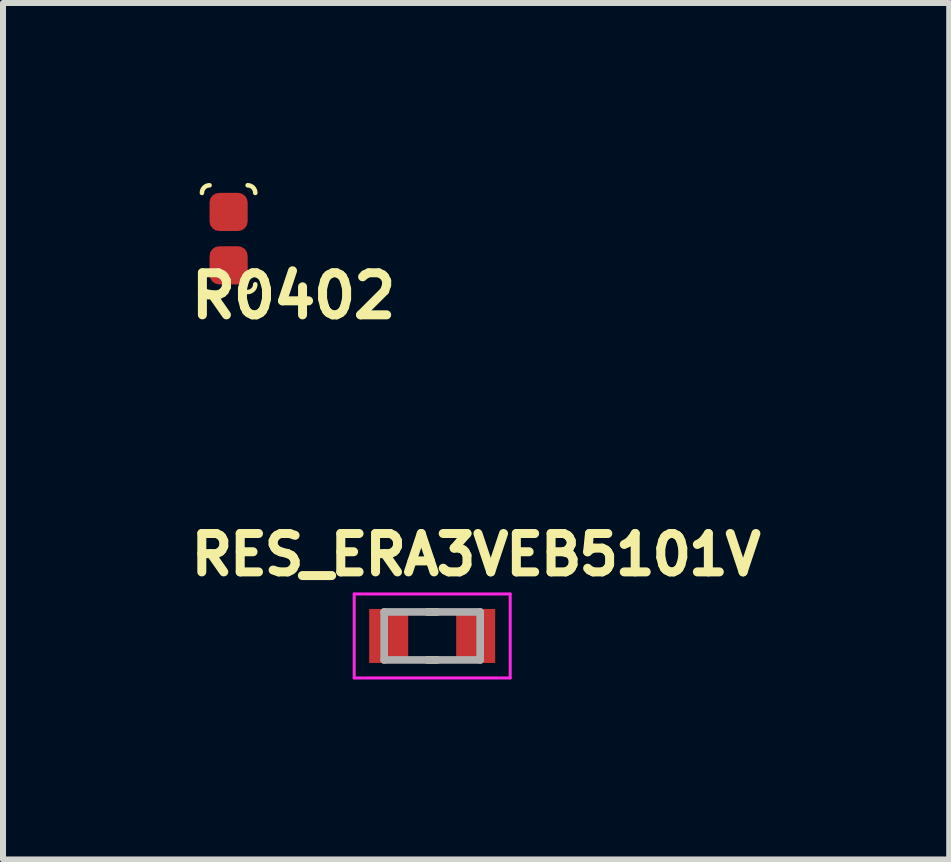
<source format=kicad_pcb>
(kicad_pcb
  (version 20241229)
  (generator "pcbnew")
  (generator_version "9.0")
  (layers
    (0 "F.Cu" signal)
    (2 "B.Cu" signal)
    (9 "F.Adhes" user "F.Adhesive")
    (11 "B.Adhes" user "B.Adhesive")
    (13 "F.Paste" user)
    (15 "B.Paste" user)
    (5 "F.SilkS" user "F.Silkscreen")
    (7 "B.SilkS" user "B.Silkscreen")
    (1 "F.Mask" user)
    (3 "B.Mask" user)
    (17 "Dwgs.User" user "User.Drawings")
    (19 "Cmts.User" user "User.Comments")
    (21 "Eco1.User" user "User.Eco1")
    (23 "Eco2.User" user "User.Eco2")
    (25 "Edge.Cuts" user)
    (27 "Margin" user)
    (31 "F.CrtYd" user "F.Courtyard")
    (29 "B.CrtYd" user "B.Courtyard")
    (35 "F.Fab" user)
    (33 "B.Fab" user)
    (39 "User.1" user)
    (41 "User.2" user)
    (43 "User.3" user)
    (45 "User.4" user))
  (footprint "R0402"
    (layer "F.Cu")
    (at 0.76 0.927)
    (property "Reference" "R0402" (at 1.082 0.954 180) (layer "F.SilkS") (effects (font (size 0.701 0.701) (thickness 0.15))))
    (attr smd)
    (fp_arc (start -0.4445 -0.762) (mid -0.407303 -0.851803) (end -0.3175 -0.889) (stroke (width 0.0762) (type solid)) (layer "F.SilkS"))
    (fp_arc (start -0.3175 0.889) (mid -0.407303 0.851803) (end -0.4445 0.762) (stroke (width 0.0762) (type solid)) (layer "F.SilkS"))
    (fp_arc (start 0.3175 -0.889) (mid 0.407303 -0.851803) (end 0.4445 -0.762) (stroke (width 0.0762) (type solid)) (layer "F.SilkS"))
    (fp_arc (start 0.4445 0.762) (mid 0.407303 0.851803) (end 0.3175 0.889) (stroke (width 0.0762) (type solid)) (layer "F.SilkS"))
    (pad "1" smd roundrect (at 0 -0.445) (size 0.635 0.635) (layers "F.Cu" "F.Mask" "F.Paste") (roundrect_rratio 0.25))
    (pad "2" smd roundrect (at 0 0.445) (size 0.635 0.635) (layers "F.Cu" "F.Mask" "F.Paste") (roundrect_rratio 0.25)))
  (footprint "RES_ERA3VEB5101V"
    (layer "F.Cu")
    (at 4.153 7.549)
    (property "Reference" "RES_ERA3VEB5101V" (at 0.732 -1.356 0) (layer "F.SilkS") (effects (font (size 0.64 0.64) (thickness 0.15))))
    (attr smd)
    (fp_line (start -0.08 -0.4) (end 0.08 -0.4) (stroke (width 0.127) (type solid)) (layer "F.SilkS"))
    (fp_line (start -0.08 0.4) (end 0.08 0.4) (stroke (width 0.127) (type solid)) (layer "F.SilkS"))
    (fp_line (start -1.3 -0.7) (end -1.3 0.7) (stroke (width 0.05) (type solid)) (layer "F.CrtYd"))
    (fp_line (start -1.3 0.7) (end 1.3 0.7) (stroke (width 0.05) (type solid)) (layer "F.CrtYd"))
    (fp_line (start 1.3 -0.7) (end -1.3 -0.7) (stroke (width 0.05) (type solid)) (layer "F.CrtYd"))
    (fp_line (start 1.3 0.7) (end 1.3 -0.7) (stroke (width 0.05) (type solid)) (layer "F.CrtYd"))
    (fp_line (start -0.8 -0.4) (end -0.8 0.4) (stroke (width 0.127) (type solid)) (layer "F.Fab"))
    (fp_line (start -0.8 -0.4) (end 0.8 -0.4) (stroke (width 0.127) (type solid)) (layer "F.Fab"))
    (fp_line (start -0.8 0.4) (end 0.8 0.4) (stroke (width 0.127) (type solid)) (layer "F.Fab"))
    (fp_line (start 0.8 -0.4) (end 0.8 0.4) (stroke (width 0.127) (type solid)) (layer "F.Fab"))
    (pad "1" smd rect (at -0.725 0) (size 0.65 0.9) (layers "F.Cu" "F.Mask" "F.Paste"))
    (pad "2" smd rect (at 0.725 0) (size 0.65 0.9) (layers "F.Cu" "F.Mask" "F.Paste")))
  (gr_rect
    (start -3 -3)
    (end 12.77 11.274)
    (stroke (width 0.1) (type default))
    (fill no)
    (layer "Edge.Cuts")))
</source>
